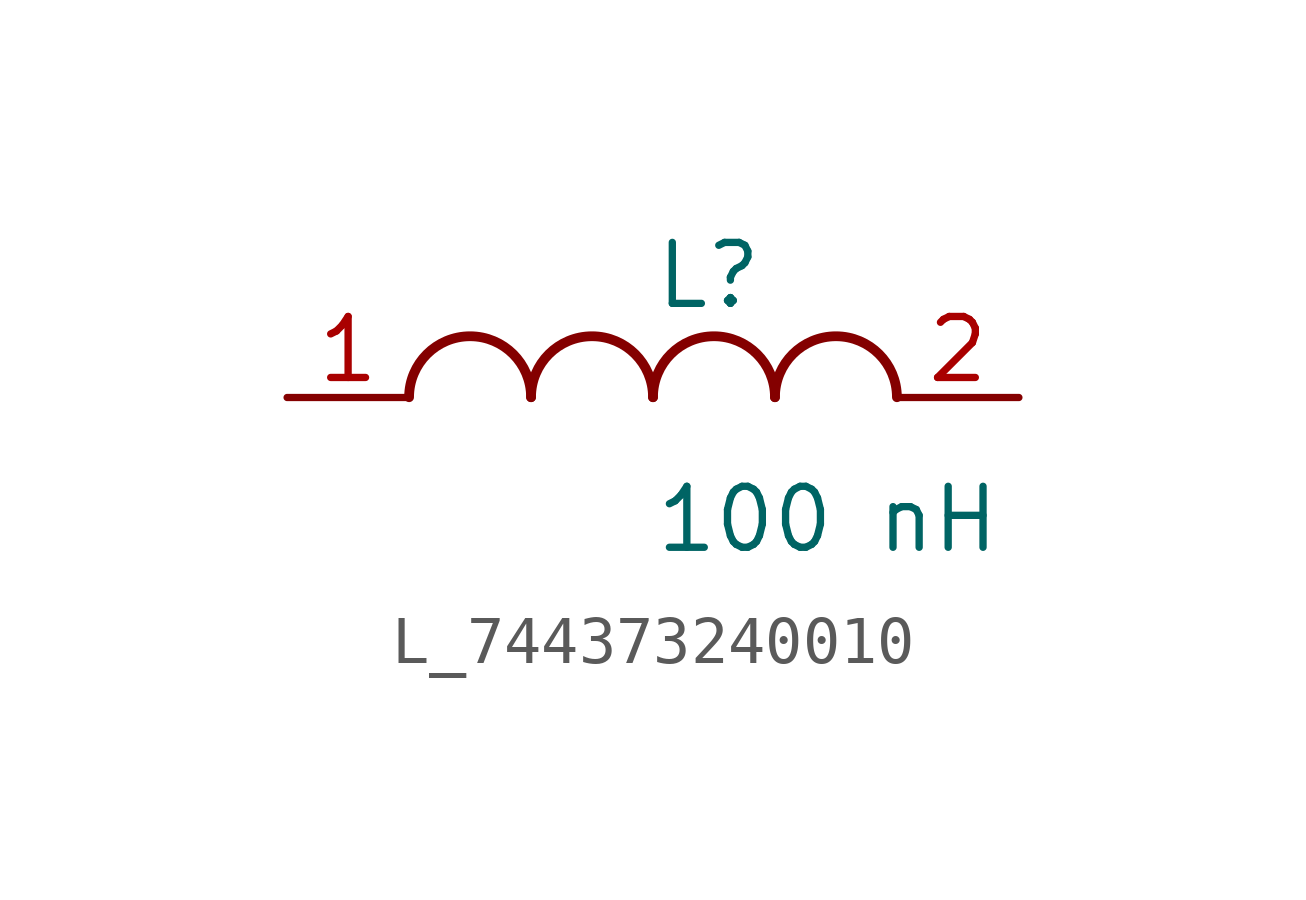
<source format=kicad_sym>
(kicad_symbol_lib
  (version 20231120)
  (generator kicad_symbol_editor)
  (generator_version 8.0)
  (symbol "L_744373240010"
    (pin_names
      (offset 0.254))
    (property "Reference" "L"
      (at 0 2.54 0)
      (effects (font (size 1.27 1.27)) (justify left)))
    (property "Value" "100 nH"
      (at 0 -2.54 0)
      (effects (font (size 1.27 1.27)) (justify left)))
    (symbol "L_744373240010_1_1"
      (arc (start -2.54 0.0056) (mid -3.81 1.27) (end -5.08 0.0056) (stroke (width 0.2032) (type default)) (fill (type none)))
      (arc (start 0 0.0056) (mid -1.27 1.27) (end -2.54 0.0056) (stroke (width 0.2032) (type default)) (fill (type none)))
      (arc (start 2.54 0.0056) (mid 1.27 1.27) (end 0 0.0056) (stroke (width 0.2032) (type default)) (fill (type none)))
      (arc (start 5.08 0.0056) (mid 3.81 1.27) (end 2.54 0.0056) (stroke (width 0.2032) (type default)) (fill (type none)))
      (pin unspecified line (at -7.62 0 0) (length 2.54) (name "" (effects (font (size 1.27 1.27)))) (number "1" (effects (font (size 1.27 1.27)))))
      (pin unspecified line (at 7.62 0 180) (length 2.54) (name "" (effects (font (size 1.27 1.27)))) (number "2" (effects (font (size 1.27 1.27))))))))
</source>
